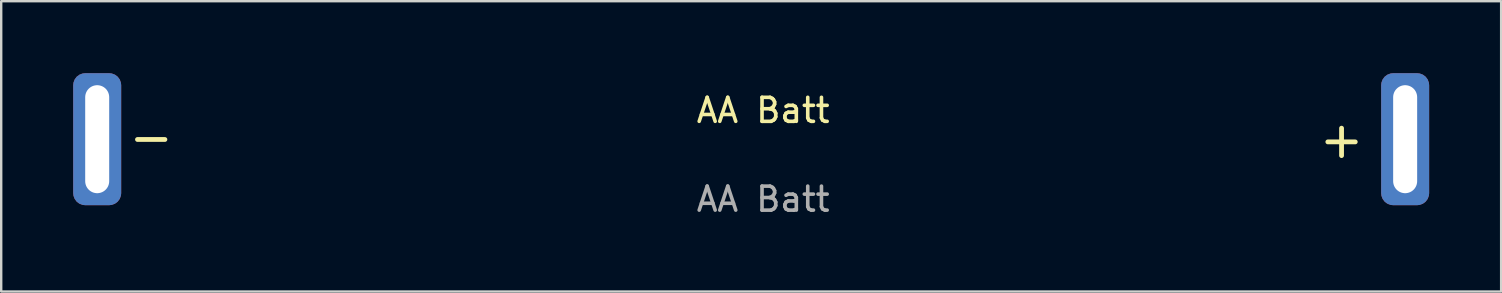
<source format=kicad_pcb>
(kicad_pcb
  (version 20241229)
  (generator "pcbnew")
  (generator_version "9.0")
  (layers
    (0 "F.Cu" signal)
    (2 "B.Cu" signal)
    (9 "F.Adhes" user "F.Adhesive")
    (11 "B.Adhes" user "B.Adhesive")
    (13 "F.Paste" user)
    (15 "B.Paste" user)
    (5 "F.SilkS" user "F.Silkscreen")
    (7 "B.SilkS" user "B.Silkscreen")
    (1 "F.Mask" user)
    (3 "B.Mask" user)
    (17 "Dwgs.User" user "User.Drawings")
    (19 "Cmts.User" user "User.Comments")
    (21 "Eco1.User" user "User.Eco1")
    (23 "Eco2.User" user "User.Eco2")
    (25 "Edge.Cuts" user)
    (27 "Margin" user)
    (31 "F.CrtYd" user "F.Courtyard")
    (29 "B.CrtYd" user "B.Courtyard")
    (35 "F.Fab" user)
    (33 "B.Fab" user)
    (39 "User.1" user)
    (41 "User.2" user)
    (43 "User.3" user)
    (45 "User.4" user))
  (footprint "AA Batt"
    (layer "F.Cu")
    (at 28.75 2.75)
    (property "Reference" "AA Batt" (at 0 -1.2 0) (unlocked yes) (layer "F.SilkS") (effects (font (size 1 1) (thickness 0.15))))
    (attr smd)
    (fp_text user "-" (at -25.5 -0.1 0) (unlocked yes) (layer "F.SilkS") (effects (font (size 1.5 1.5) (thickness 0.2))))
    (fp_text user "+" (at 24.1 0 0) (unlocked yes) (layer "F.SilkS") (effects (font (size 1.5 1.5) (thickness 0.2))))
    (fp_text user "${REFERENCE}" (at 0 2.5 0) (unlocked yes) (layer "F.Fab") (effects (font (size 1 1) (thickness 0.15))))
    (pad "1" thru_hole roundrect (at 26.75 0 90) (size 5.5 2) (drill oval 4.5 1) (layers "*.Cu" "*.Mask") (roundrect_rratio 0.25))
    (pad "2" thru_hole roundrect (at -27.75 0 90) (size 5.5 2) (drill oval 4.5 1) (layers "*.Cu" "*.Mask") (roundrect_rratio 0.25)))
  (gr_rect
    (start -3 -3)
    (end 59.5 9.098)
    (stroke (width 0.1) (type default))
    (fill no)
    (layer "Edge.Cuts")))
</source>
